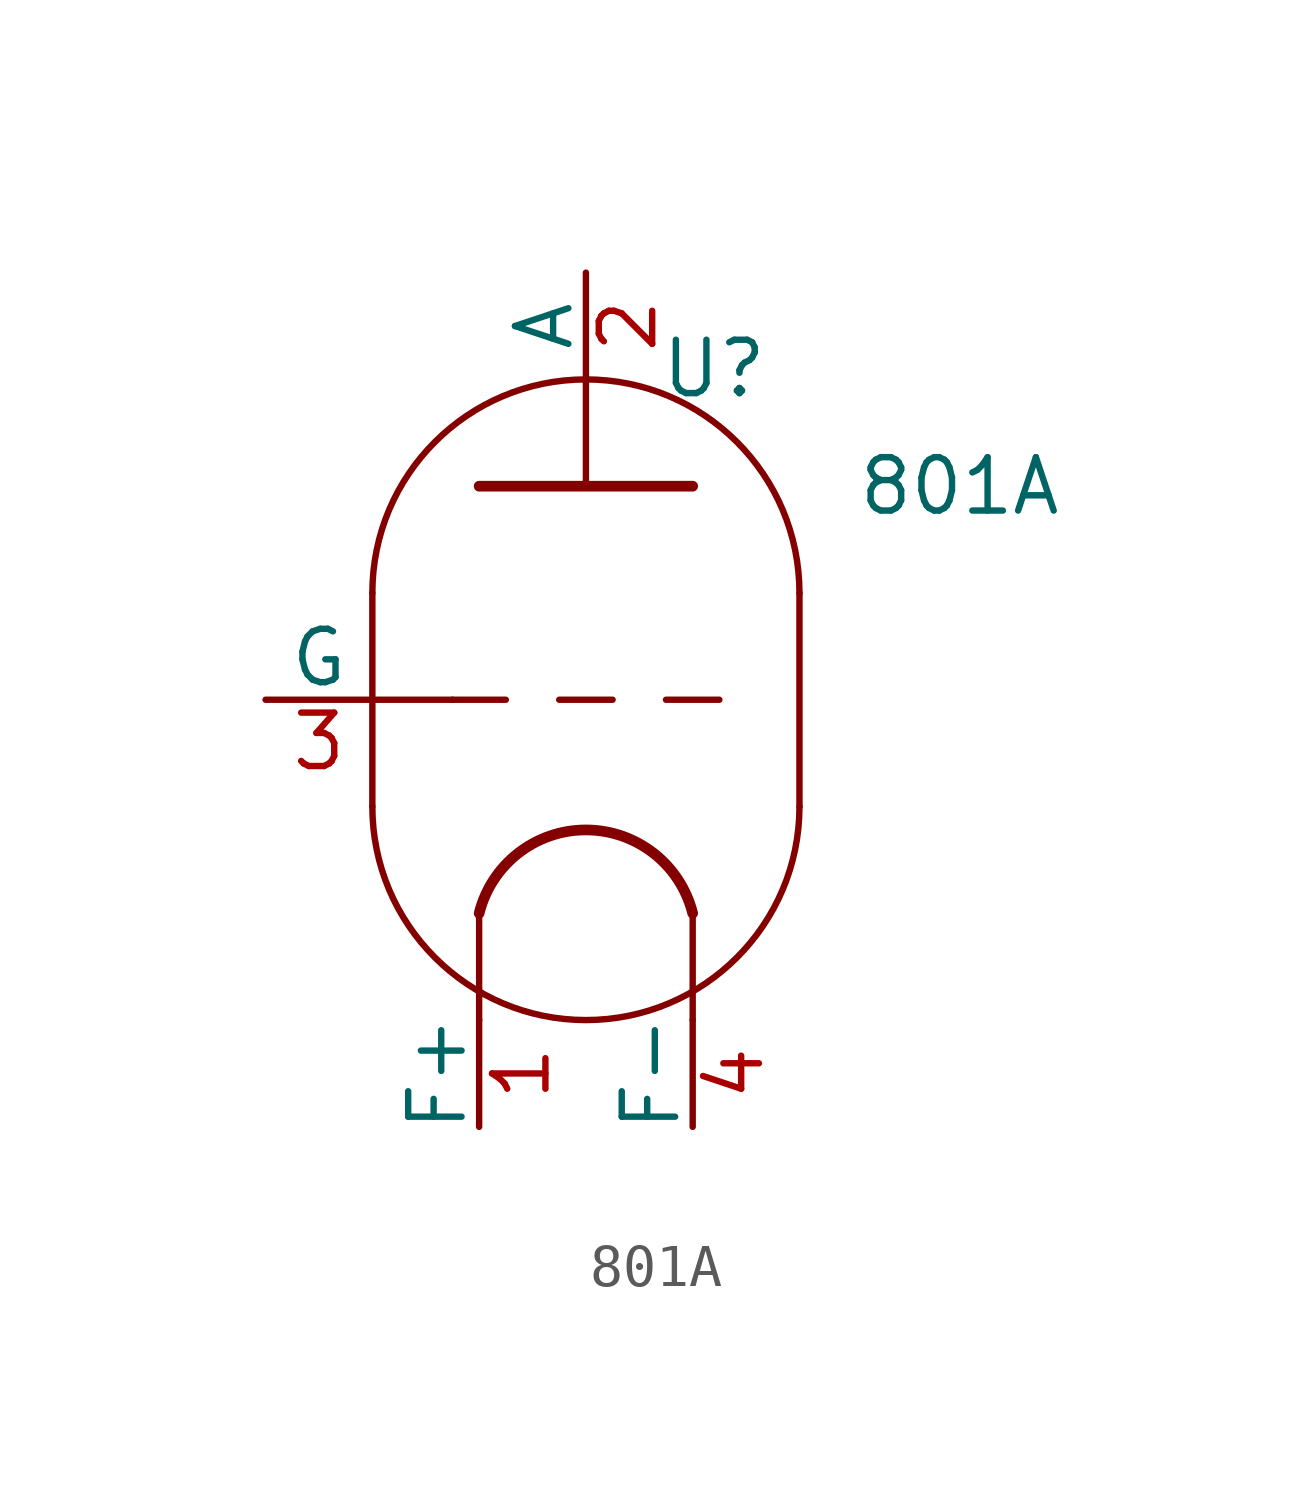
<source format=kicad_sym>
(kicad_symbol_lib
  (version 20220914)
  (generator kicad_symbol_editor)
  (symbol "801A"
    (pin_names
      (offset 0))
    (property "Reference" "U"
      (at 3.048 7.874 0)
      (effects (font (size 1.27 1.27))))
    (property "Value" "801A"
      (at 8.89 5.08 0)
      (effects (font (size 1.27 1.27))))
    (symbol "801A_0_1"
      (arc (start -5.08 -2.54) (mid 0 -7.5979) (end 5.08 -2.54) (stroke (width 0) (type default)) (fill (type none)))
      (polyline (pts (xy 5.08 2.54) (xy 5.08 -2.54)) (stroke (width 0) (type default)) (fill (type none)))
      (polyline (pts (xy -5.08 2.54) (xy -5.08 -2.54) (xy -5.08 -2.54)) (stroke (width 0) (type default)) (fill (type none)))
      (arc (start 5.08 2.54) (mid 0 7.5979) (end -5.08 2.54) (stroke (width 0) (type default)) (fill (type none))))
    (symbol "801A_1_0"
      (polyline (pts (xy -2.54 -5.08) (xy -2.54 -7.62)) (stroke (width 0) (type default)) (fill (type none)))
      (polyline (pts (xy -1.905 0) (xy -3.175 0)) (stroke (width 0.152) (type default)) (fill (type none)))
      (polyline (pts (xy -0.635 0) (xy 0.635 0)) (stroke (width 0.152) (type default)) (fill (type none)))
      (polyline (pts (xy 0 5.08) (xy 0 7.62)) (stroke (width 0) (type default)) (fill (type none)))
      (polyline (pts (xy 1.905 0) (xy 3.175 0)) (stroke (width 0.152) (type default)) (fill (type none)))
      (polyline (pts (xy 2.54 -5.08) (xy 2.54 -7.62)) (stroke (width 0) (type default)) (fill (type none))))
    (symbol "801A_1_1"
      (polyline (pts (xy -5.08 0) (xy -3.175 0)) (stroke (width 0) (type default)) (fill (type none)))
      (polyline (pts (xy -2.54 5.08) (xy 2.54 5.08) (xy 2.54 5.08)) (stroke (width 0.254) (type default)) (fill (type none)))
      (arc (start 2.54 -5.08) (mid 0 -3.0968) (end -2.54 -5.08) (stroke (width 0.254) (type default)) (fill (type none)))
      (pin bidirectional line (at -2.54 -10.16 90) (length 2.54) (name "F+" (effects (font (size 1.27 1.27)))) (number "1" (effects (font (size 1.27 1.27)))))
      (pin output line (at 0 10.16 270) (length 2.54) (name "A" (effects (font (size 1.27 1.27)))) (number "2" (effects (font (size 1.27 1.27)))))
      (pin input line (at -7.62 0 0) (length 2.54) (name "G" (effects (font (size 1.27 1.27)))) (number "3" (effects (font (size 1.27 1.27)))))
      (pin bidirectional line (at 2.54 -10.16 90) (length 2.54) (name "F-" (effects (font (size 1.27 1.27)))) (number "4" (effects (font (size 1.27 1.27))))))))
</source>
